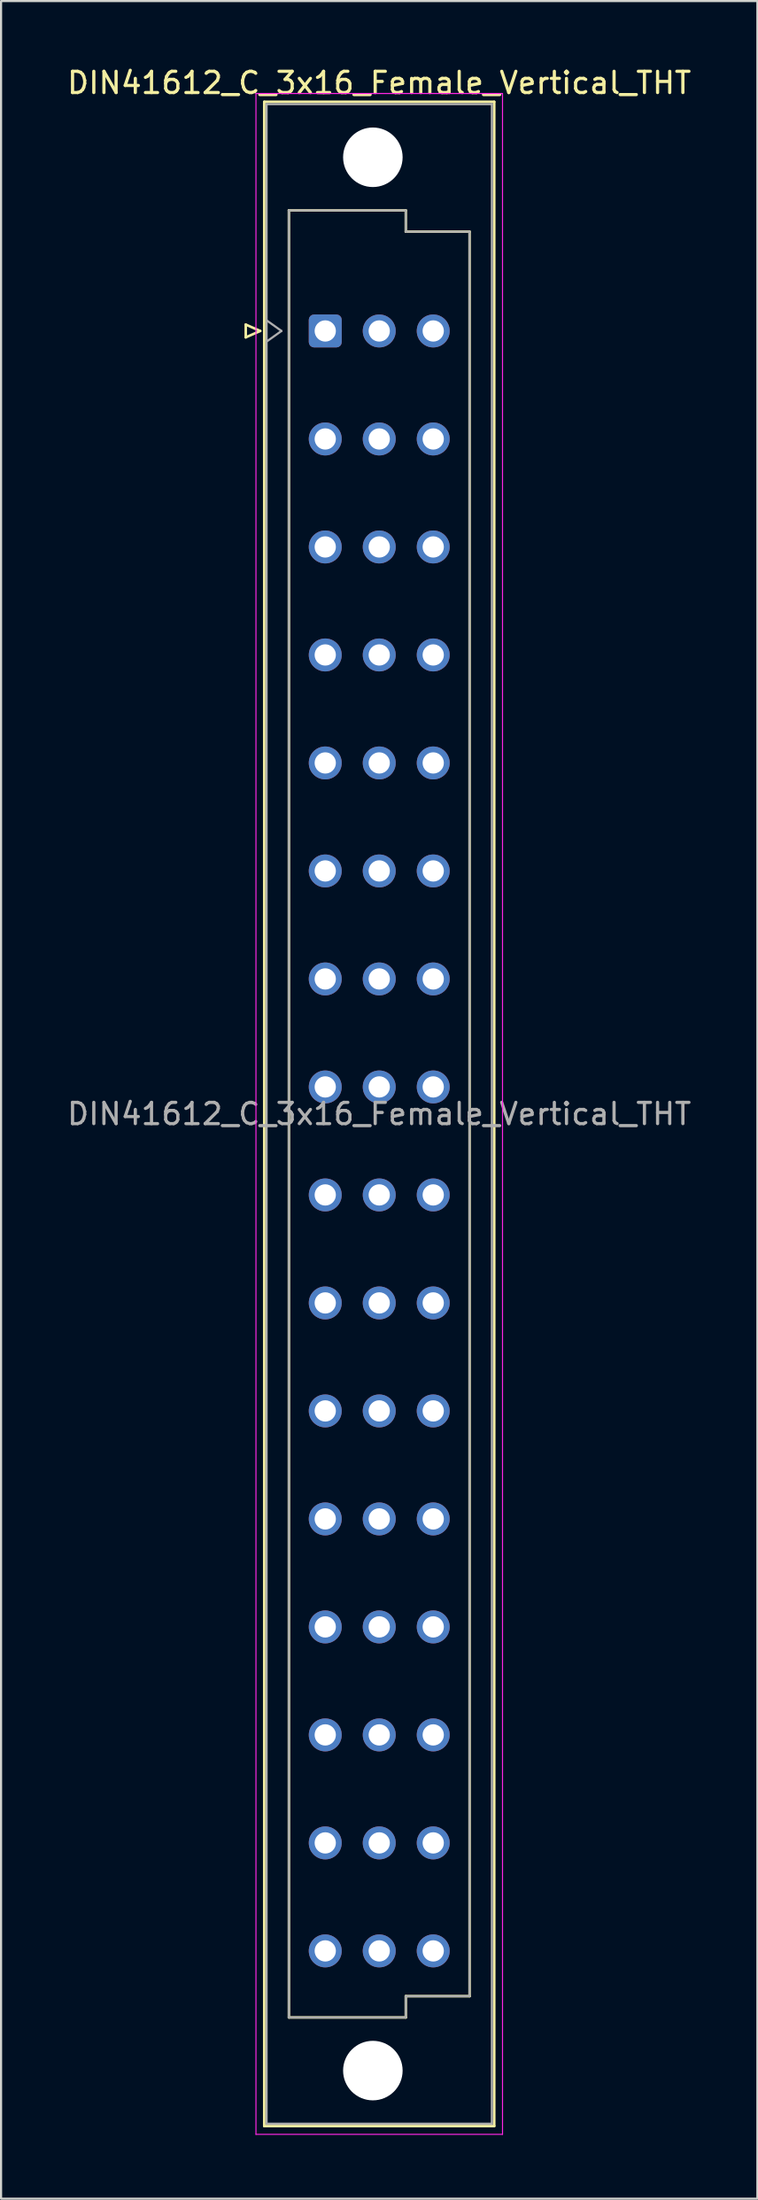
<source format=kicad_pcb>
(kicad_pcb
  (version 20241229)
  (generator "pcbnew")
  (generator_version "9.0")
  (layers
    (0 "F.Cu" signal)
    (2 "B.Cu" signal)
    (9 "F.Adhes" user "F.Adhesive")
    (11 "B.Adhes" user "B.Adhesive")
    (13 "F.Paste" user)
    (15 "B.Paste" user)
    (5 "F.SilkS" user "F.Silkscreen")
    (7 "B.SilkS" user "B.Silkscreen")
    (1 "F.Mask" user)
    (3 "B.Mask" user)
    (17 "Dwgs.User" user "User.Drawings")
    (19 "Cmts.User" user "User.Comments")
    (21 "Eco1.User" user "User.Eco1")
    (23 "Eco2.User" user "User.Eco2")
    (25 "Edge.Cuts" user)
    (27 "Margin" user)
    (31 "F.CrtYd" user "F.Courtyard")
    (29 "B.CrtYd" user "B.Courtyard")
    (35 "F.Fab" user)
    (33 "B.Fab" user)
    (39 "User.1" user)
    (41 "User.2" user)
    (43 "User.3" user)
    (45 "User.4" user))
  (footprint "DIN41612_C_3x16_Female_Vertical_THT"
    (layer "F.Cu")
    (at 12.252 9.978)
    (property "Reference" "DIN41612_C_3x16_Female_Vertical_THT" (at 2.54 -9.13 0) (layer "F.SilkS") (effects (font (size 1 1) (thickness 0.15))))
    (attr through_hole)
    (fp_line (start -3.74 2.24) (end -3.74 2.84) (stroke (width 0.12) (type solid)) (layer "F.SilkS"))
    (fp_line (start -3.74 2.84) (end -3.06 2.54) (stroke (width 0.12) (type solid)) (layer "F.SilkS"))
    (fp_line (start -3.06 2.54) (end -3.74 2.24) (stroke (width 0.12) (type solid)) (layer "F.SilkS"))
    (fp_line (start -2.87 -8.24) (end 7.95 -8.24) (stroke (width 0.12) (type solid)) (layer "F.SilkS"))
    (fp_line (start -2.87 86.98) (end -2.87 -8.24) (stroke (width 0.12) (type solid)) (layer "F.SilkS"))
    (fp_line (start -1.71 -3.131) (end 3.79 -3.131) (stroke (width 0.12) (type solid)) (layer "F.SilkS"))
    (fp_line (start -1.71 81.87) (end -1.71 -3.131) (stroke (width 0.12) (type solid)) (layer "F.SilkS"))
    (fp_line (start 3.79 -3.131) (end 3.79 -2.131) (stroke (width 0.12) (type solid)) (layer "F.SilkS"))
    (fp_line (start 3.79 -2.131) (end 6.79 -2.131) (stroke (width 0.12) (type solid)) (layer "F.SilkS"))
    (fp_line (start 3.79 80.87) (end 3.79 81.87) (stroke (width 0.12) (type solid)) (layer "F.SilkS"))
    (fp_line (start 3.79 81.87) (end -1.71 81.87) (stroke (width 0.12) (type solid)) (layer "F.SilkS"))
    (fp_line (start 6.79 -2.131) (end 6.79 80.87) (stroke (width 0.12) (type solid)) (layer "F.SilkS"))
    (fp_line (start 6.79 80.87) (end 3.79 80.87) (stroke (width 0.12) (type solid)) (layer "F.SilkS"))
    (fp_line (start 7.95 -8.24) (end 7.95 86.98) (stroke (width 0.12) (type solid)) (layer "F.SilkS"))
    (fp_line (start 7.95 86.98) (end -2.87 86.98) (stroke (width 0.12) (type solid)) (layer "F.SilkS"))
    (fp_line (start -3.26 -8.63) (end 8.34 -8.63) (stroke (width 0.05) (type solid)) (layer "F.CrtYd"))
    (fp_line (start -3.26 87.37) (end -3.26 -8.63) (stroke (width 0.05) (type solid)) (layer "F.CrtYd"))
    (fp_line (start 8.34 -8.63) (end 8.34 87.37) (stroke (width 0.05) (type solid)) (layer "F.CrtYd"))
    (fp_line (start 8.34 87.37) (end -3.26 87.37) (stroke (width 0.05) (type solid)) (layer "F.CrtYd"))
    (fp_line (start -2.76 -8.13) (end 7.84 -8.13) (stroke (width 0.1) (type solid)) (layer "F.Fab"))
    (fp_line (start -2.76 2.04) (end -2.06 2.54) (stroke (width 0.1) (type solid)) (layer "F.Fab"))
    (fp_line (start -2.76 86.87) (end -2.76 -8.13) (stroke (width 0.1) (type solid)) (layer "F.Fab"))
    (fp_line (start -2.06 2.54) (end -2.76 3.04) (stroke (width 0.1) (type solid)) (layer "F.Fab"))
    (fp_line (start -1.71 -3.13) (end 3.79 -3.13) (stroke (width 0.1) (type solid)) (layer "F.Fab"))
    (fp_line (start -1.71 81.87) (end -1.71 -3.13) (stroke (width 0.1) (type solid)) (layer "F.Fab"))
    (fp_line (start 3.79 -3.13) (end 3.79 -2.13) (stroke (width 0.1) (type solid)) (layer "F.Fab"))
    (fp_line (start 3.79 -2.13) (end 6.79 -2.13) (stroke (width 0.1) (type solid)) (layer "F.Fab"))
    (fp_line (start 3.79 80.87) (end 3.79 81.87) (stroke (width 0.1) (type solid)) (layer "F.Fab"))
    (fp_line (start 3.79 81.87) (end -1.71 81.87) (stroke (width 0.1) (type solid)) (layer "F.Fab"))
    (fp_line (start 6.79 -2.13) (end 6.79 80.87) (stroke (width 0.1) (type solid)) (layer "F.Fab"))
    (fp_line (start 6.79 80.87) (end 3.79 80.87) (stroke (width 0.1) (type solid)) (layer "F.Fab"))
    (fp_line (start 7.84 -8.13) (end 7.84 86.87) (stroke (width 0.1) (type solid)) (layer "F.Fab"))
    (fp_line (start 7.84 86.87) (end -2.76 86.87) (stroke (width 0.1) (type solid)) (layer "F.Fab"))
    (fp_text user "${REFERENCE}" (at 2.54 39.37 0) (layer "F.Fab") (effects (font (size 1 1) (thickness 0.15))))
    (pad "" np_thru_hole circle (at 2.24 -5.63) (size 2.8 2.8) (drill 2.8) (layers "*.Cu" "*.Mask"))
    (pad "" np_thru_hole circle (at 2.24 84.37) (size 2.8 2.8) (drill 2.8) (layers "*.Cu" "*.Mask"))
    (pad "a2" thru_hole roundrect (at 0 2.54) (size 1.55 1.55) (drill 1) (layers "*.Cu" "*.Mask") (roundrect_rratio 0.161))
    (pad "a4" thru_hole circle (at 0 7.62) (size 1.55 1.55) (drill 1) (layers "*.Cu" "*.Mask"))
    (pad "a6" thru_hole circle (at 0 12.7) (size 1.55 1.55) (drill 1) (layers "*.Cu" "*.Mask"))
    (pad "a8" thru_hole circle (at 0 17.78) (size 1.55 1.55) (drill 1) (layers "*.Cu" "*.Mask"))
    (pad "a10" thru_hole circle (at 0 22.86) (size 1.55 1.55) (drill 1) (layers "*.Cu" "*.Mask"))
    (pad "a12" thru_hole circle (at 0 27.94) (size 1.55 1.55) (drill 1) (layers "*.Cu" "*.Mask"))
    (pad "a14" thru_hole circle (at 0 33.02) (size 1.55 1.55) (drill 1) (layers "*.Cu" "*.Mask"))
    (pad "a16" thru_hole circle (at 0 38.1) (size 1.55 1.55) (drill 1) (layers "*.Cu" "*.Mask"))
    (pad "a18" thru_hole circle (at 0 43.18) (size 1.55 1.55) (drill 1) (layers "*.Cu" "*.Mask"))
    (pad "a20" thru_hole circle (at 0 48.26) (size 1.55 1.55) (drill 1) (layers "*.Cu" "*.Mask"))
    (pad "a22" thru_hole circle (at 0 53.34) (size 1.55 1.55) (drill 1) (layers "*.Cu" "*.Mask"))
    (pad "a24" thru_hole circle (at 0 58.42) (size 1.55 1.55) (drill 1) (layers "*.Cu" "*.Mask"))
    (pad "a26" thru_hole circle (at 0 63.5) (size 1.55 1.55) (drill 1) (layers "*.Cu" "*.Mask"))
    (pad "a28" thru_hole circle (at 0 68.58) (size 1.55 1.55) (drill 1) (layers "*.Cu" "*.Mask"))
    (pad "a30" thru_hole circle (at 0 73.66) (size 1.55 1.55) (drill 1) (layers "*.Cu" "*.Mask"))
    (pad "a32" thru_hole circle (at 0 78.74) (size 1.55 1.55) (drill 1) (layers "*.Cu" "*.Mask"))
    (pad "b2" thru_hole circle (at 2.54 2.54) (size 1.55 1.55) (drill 1) (layers "*.Cu" "*.Mask"))
    (pad "b4" thru_hole circle (at 2.54 7.62) (size 1.55 1.55) (drill 1) (layers "*.Cu" "*.Mask"))
    (pad "b6" thru_hole circle (at 2.54 12.7) (size 1.55 1.55) (drill 1) (layers "*.Cu" "*.Mask"))
    (pad "b8" thru_hole circle (at 2.54 17.78) (size 1.55 1.55) (drill 1) (layers "*.Cu" "*.Mask"))
    (pad "b10" thru_hole circle (at 2.54 22.86) (size 1.55 1.55) (drill 1) (layers "*.Cu" "*.Mask"))
    (pad "b12" thru_hole circle (at 2.54 27.94) (size 1.55 1.55) (drill 1) (layers "*.Cu" "*.Mask"))
    (pad "b14" thru_hole circle (at 2.54 33.02) (size 1.55 1.55) (drill 1) (layers "*.Cu" "*.Mask"))
    (pad "b16" thru_hole circle (at 2.54 38.1) (size 1.55 1.55) (drill 1) (layers "*.Cu" "*.Mask"))
    (pad "b18" thru_hole circle (at 2.54 43.18) (size 1.55 1.55) (drill 1) (layers "*.Cu" "*.Mask"))
    (pad "b20" thru_hole circle (at 2.54 48.26) (size 1.55 1.55) (drill 1) (layers "*.Cu" "*.Mask"))
    (pad "b22" thru_hole circle (at 2.54 53.34) (size 1.55 1.55) (drill 1) (layers "*.Cu" "*.Mask"))
    (pad "b24" thru_hole circle (at 2.54 58.42) (size 1.55 1.55) (drill 1) (layers "*.Cu" "*.Mask"))
    (pad "b26" thru_hole circle (at 2.54 63.5) (size 1.55 1.55) (drill 1) (layers "*.Cu" "*.Mask"))
    (pad "b28" thru_hole circle (at 2.54 68.58) (size 1.55 1.55) (drill 1) (layers "*.Cu" "*.Mask"))
    (pad "b30" thru_hole circle (at 2.54 73.66) (size 1.55 1.55) (drill 1) (layers "*.Cu" "*.Mask"))
    (pad "b32" thru_hole circle (at 2.54 78.74) (size 1.55 1.55) (drill 1) (layers "*.Cu" "*.Mask"))
    (pad "c2" thru_hole circle (at 5.08 2.54) (size 1.55 1.55) (drill 1) (layers "*.Cu" "*.Mask"))
    (pad "c4" thru_hole circle (at 5.08 7.62) (size 1.55 1.55) (drill 1) (layers "*.Cu" "*.Mask"))
    (pad "c6" thru_hole circle (at 5.08 12.7) (size 1.55 1.55) (drill 1) (layers "*.Cu" "*.Mask"))
    (pad "c8" thru_hole circle (at 5.08 17.78) (size 1.55 1.55) (drill 1) (layers "*.Cu" "*.Mask"))
    (pad "c10" thru_hole circle (at 5.08 22.86) (size 1.55 1.55) (drill 1) (layers "*.Cu" "*.Mask"))
    (pad "c12" thru_hole circle (at 5.08 27.94) (size 1.55 1.55) (drill 1) (layers "*.Cu" "*.Mask"))
    (pad "c14" thru_hole circle (at 5.08 33.02) (size 1.55 1.55) (drill 1) (layers "*.Cu" "*.Mask"))
    (pad "c16" thru_hole circle (at 5.08 38.1) (size 1.55 1.55) (drill 1) (layers "*.Cu" "*.Mask"))
    (pad "c18" thru_hole circle (at 5.08 43.18) (size 1.55 1.55) (drill 1) (layers "*.Cu" "*.Mask"))
    (pad "c20" thru_hole circle (at 5.08 48.26) (size 1.55 1.55) (drill 1) (layers "*.Cu" "*.Mask"))
    (pad "c22" thru_hole circle (at 5.08 53.34) (size 1.55 1.55) (drill 1) (layers "*.Cu" "*.Mask"))
    (pad "c24" thru_hole circle (at 5.08 58.42) (size 1.55 1.55) (drill 1) (layers "*.Cu" "*.Mask"))
    (pad "c26" thru_hole circle (at 5.08 63.5) (size 1.55 1.55) (drill 1) (layers "*.Cu" "*.Mask"))
    (pad "c28" thru_hole circle (at 5.08 68.58) (size 1.55 1.55) (drill 1) (layers "*.Cu" "*.Mask"))
    (pad "c30" thru_hole circle (at 5.08 73.66) (size 1.55 1.55) (drill 1) (layers "*.Cu" "*.Mask"))
    (pad "c32" thru_hole circle (at 5.08 78.74) (size 1.55 1.55) (drill 1) (layers "*.Cu" "*.Mask")))
  (gr_rect
    (start -3 -3)
    (end 32.583 100.373)
    (stroke (width 0.1) (type default))
    (fill no)
    (layer "Edge.Cuts")))
</source>
